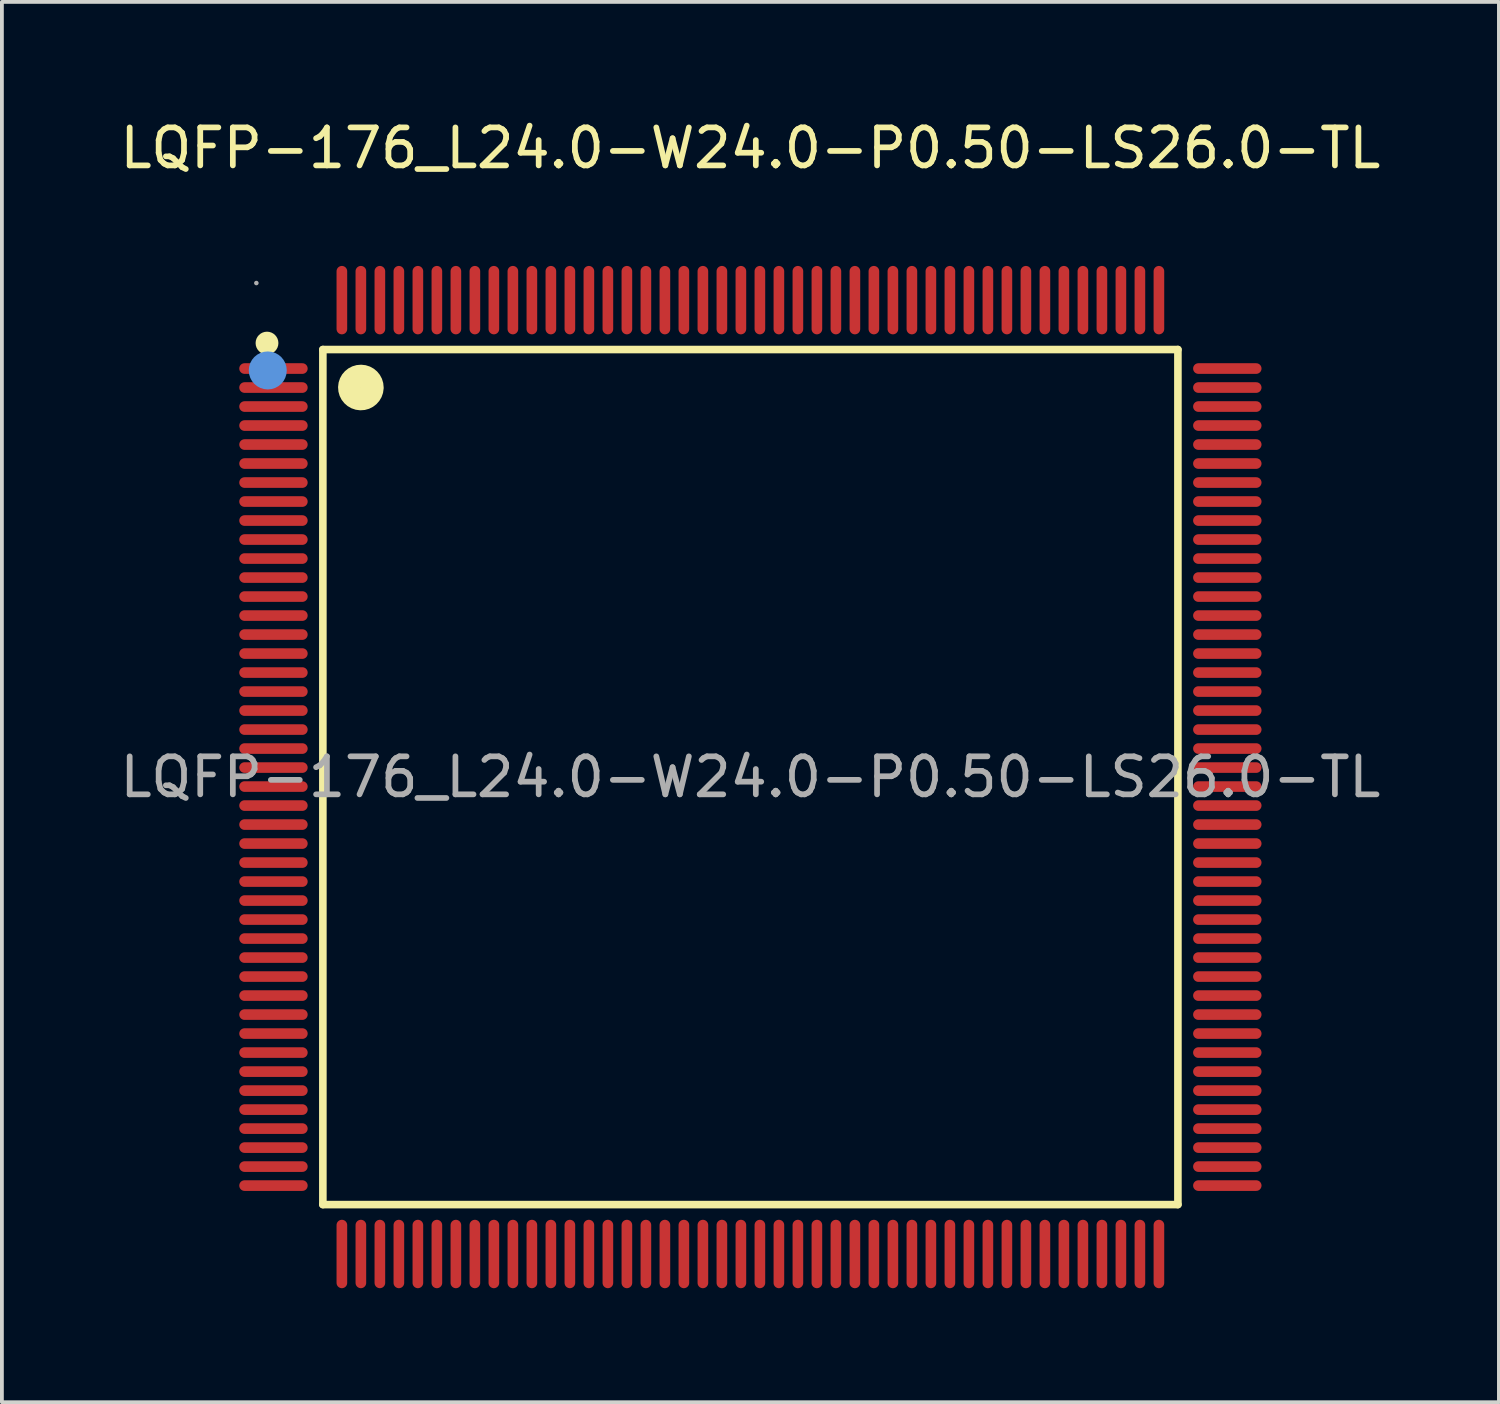
<source format=kicad_pcb>
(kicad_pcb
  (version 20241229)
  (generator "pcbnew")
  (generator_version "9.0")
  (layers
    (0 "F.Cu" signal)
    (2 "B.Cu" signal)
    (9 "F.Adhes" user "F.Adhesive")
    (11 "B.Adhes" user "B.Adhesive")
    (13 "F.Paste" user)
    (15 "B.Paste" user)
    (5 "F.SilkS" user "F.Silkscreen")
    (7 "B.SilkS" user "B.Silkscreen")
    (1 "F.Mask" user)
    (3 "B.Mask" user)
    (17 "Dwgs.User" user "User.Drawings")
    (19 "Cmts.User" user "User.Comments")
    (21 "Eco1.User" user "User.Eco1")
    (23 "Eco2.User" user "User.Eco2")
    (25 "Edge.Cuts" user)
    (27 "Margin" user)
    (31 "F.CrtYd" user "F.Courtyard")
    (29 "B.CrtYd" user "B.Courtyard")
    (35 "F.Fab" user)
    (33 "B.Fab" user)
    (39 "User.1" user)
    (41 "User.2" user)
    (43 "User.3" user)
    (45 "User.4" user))
  (footprint "LQFP-176_L24.0-W24.0-P0.50-LS26.0-TL"
    (layer "F.Cu")
    (at 16.696 17.398)
    (property "Reference" "LQFP-176_L24.0-W24.0-P0.50-LS26.0-TL" (at 0 -16.55 0) (layer "F.SilkS") (effects (font (size 1 1) (thickness 0.15))))
    (attr through_hole)
    (fp_line (start -11.25 -11.25) (end 11.25 -11.25) (stroke (width 0.2) (type solid)) (layer "F.SilkS"))
    (fp_line (start -11.25 11.25) (end -11.25 -11.25) (stroke (width 0.2) (type solid)) (layer "F.SilkS"))
    (fp_line (start 11.25 -11.25) (end 11.25 11.25) (stroke (width 0.2) (type solid)) (layer "F.SilkS"))
    (fp_line (start 11.25 11.25) (end -11.25 11.25) (stroke (width 0.2) (type solid)) (layer "F.SilkS"))
    (fp_arc (start -12.72 -11.42) (mid -12.72 -11.42) (end -12.72 -11.42) (stroke (width 0.3) (type solid)) (layer "F.SilkS"))
    (fp_arc (start -9.95 -10.24) (mid -10.550125 -10.254999) (end -9.949833 -10.250004) (stroke (width 0.6) (type solid)) (layer "F.SilkS"))
    (fp_circle (center -12.7 -10.7) (end -12.45 -10.7) (stroke (width 0.5) (type solid)) (fill no) (layer "Cmts.User"))
    (fp_circle (center -13 -13) (end -12.97 -13) (stroke (width 0.06) (type solid)) (fill no) (layer "F.Fab"))
    (fp_text user "${REFERENCE}" (at 0 0 0) (layer "F.Fab") (effects (font (size 1 1) (thickness 0.15))))
    (pad "1" smd oval (at -12.55 -10.75 90) (size 0.28 1.8) (layers "F.Cu" "F.Mask" "F.Paste"))
    (pad "2" smd oval (at -12.55 -10.25 90) (size 0.28 1.8) (layers "F.Cu" "F.Mask" "F.Paste"))
    (pad "3" smd oval (at -12.55 -9.75 90) (size 0.28 1.8) (layers "F.Cu" "F.Mask" "F.Paste"))
    (pad "4" smd oval (at -12.55 -9.25 90) (size 0.28 1.8) (layers "F.Cu" "F.Mask" "F.Paste"))
    (pad "5" smd oval (at -12.55 -8.75 90) (size 0.28 1.8) (layers "F.Cu" "F.Mask" "F.Paste"))
    (pad "6" smd oval (at -12.55 -8.25 90) (size 0.28 1.8) (layers "F.Cu" "F.Mask" "F.Paste"))
    (pad "7" smd oval (at -12.55 -7.75 90) (size 0.28 1.8) (layers "F.Cu" "F.Mask" "F.Paste"))
    (pad "8" smd oval (at -12.55 -7.25 90) (size 0.28 1.8) (layers "F.Cu" "F.Mask" "F.Paste"))
    (pad "9" smd oval (at -12.55 -6.75 90) (size 0.28 1.8) (layers "F.Cu" "F.Mask" "F.Paste"))
    (pad "10" smd oval (at -12.55 -6.25 90) (size 0.28 1.8) (layers "F.Cu" "F.Mask" "F.Paste"))
    (pad "11" smd oval (at -12.55 -5.75 90) (size 0.28 1.8) (layers "F.Cu" "F.Mask" "F.Paste"))
    (pad "12" smd oval (at -12.55 -5.25 90) (size 0.28 1.8) (layers "F.Cu" "F.Mask" "F.Paste"))
    (pad "13" smd oval (at -12.55 -4.75 90) (size 0.28 1.8) (layers "F.Cu" "F.Mask" "F.Paste"))
    (pad "14" smd oval (at -12.55 -4.25 90) (size 0.28 1.8) (layers "F.Cu" "F.Mask" "F.Paste"))
    (pad "15" smd oval (at -12.55 -3.75 90) (size 0.28 1.8) (layers "F.Cu" "F.Mask" "F.Paste"))
    (pad "16" smd oval (at -12.55 -3.25 90) (size 0.28 1.8) (layers "F.Cu" "F.Mask" "F.Paste"))
    (pad "17" smd oval (at -12.55 -2.75 90) (size 0.28 1.8) (layers "F.Cu" "F.Mask" "F.Paste"))
    (pad "18" smd oval (at -12.55 -2.25 90) (size 0.28 1.8) (layers "F.Cu" "F.Mask" "F.Paste"))
    (pad "19" smd oval (at -12.55 -1.75 90) (size 0.28 1.8) (layers "F.Cu" "F.Mask" "F.Paste"))
    (pad "20" smd oval (at -12.55 -1.25 90) (size 0.28 1.8) (layers "F.Cu" "F.Mask" "F.Paste"))
    (pad "21" smd oval (at -12.55 -0.75 90) (size 0.28 1.8) (layers "F.Cu" "F.Mask" "F.Paste"))
    (pad "22" smd oval (at -12.55 -0.25 90) (size 0.28 1.8) (layers "F.Cu" "F.Mask" "F.Paste"))
    (pad "23" smd oval (at -12.55 0.25 90) (size 0.28 1.8) (layers "F.Cu" "F.Mask" "F.Paste"))
    (pad "24" smd oval (at -12.55 0.75 90) (size 0.28 1.8) (layers "F.Cu" "F.Mask" "F.Paste"))
    (pad "25" smd oval (at -12.55 1.25 90) (size 0.28 1.8) (layers "F.Cu" "F.Mask" "F.Paste"))
    (pad "26" smd oval (at -12.55 1.75 90) (size 0.28 1.8) (layers "F.Cu" "F.Mask" "F.Paste"))
    (pad "27" smd oval (at -12.55 2.25 90) (size 0.28 1.8) (layers "F.Cu" "F.Mask" "F.Paste"))
    (pad "28" smd oval (at -12.55 2.75 90) (size 0.28 1.8) (layers "F.Cu" "F.Mask" "F.Paste"))
    (pad "29" smd oval (at -12.55 3.25 90) (size 0.28 1.8) (layers "F.Cu" "F.Mask" "F.Paste"))
    (pad "30" smd oval (at -12.55 3.75 90) (size 0.28 1.8) (layers "F.Cu" "F.Mask" "F.Paste"))
    (pad "31" smd oval (at -12.55 4.25 90) (size 0.28 1.8) (layers "F.Cu" "F.Mask" "F.Paste"))
    (pad "32" smd oval (at -12.55 4.75 90) (size 0.28 1.8) (layers "F.Cu" "F.Mask" "F.Paste"))
    (pad "33" smd oval (at -12.55 5.25 90) (size 0.28 1.8) (layers "F.Cu" "F.Mask" "F.Paste"))
    (pad "34" smd oval (at -12.55 5.75 90) (size 0.28 1.8) (layers "F.Cu" "F.Mask" "F.Paste"))
    (pad "35" smd oval (at -12.55 6.25 90) (size 0.28 1.8) (layers "F.Cu" "F.Mask" "F.Paste"))
    (pad "36" smd oval (at -12.55 6.75 90) (size 0.28 1.8) (layers "F.Cu" "F.Mask" "F.Paste"))
    (pad "37" smd oval (at -12.55 7.25 90) (size 0.28 1.8) (layers "F.Cu" "F.Mask" "F.Paste"))
    (pad "38" smd oval (at -12.55 7.75 90) (size 0.28 1.8) (layers "F.Cu" "F.Mask" "F.Paste"))
    (pad "39" smd oval (at -12.55 8.25 90) (size 0.28 1.8) (layers "F.Cu" "F.Mask" "F.Paste"))
    (pad "40" smd oval (at -12.55 8.75 90) (size 0.28 1.8) (layers "F.Cu" "F.Mask" "F.Paste"))
    (pad "41" smd oval (at -12.55 9.25 90) (size 0.28 1.8) (layers "F.Cu" "F.Mask" "F.Paste"))
    (pad "42" smd oval (at -12.55 9.75 90) (size 0.28 1.8) (layers "F.Cu" "F.Mask" "F.Paste"))
    (pad "43" smd oval (at -12.55 10.25 90) (size 0.28 1.8) (layers "F.Cu" "F.Mask" "F.Paste"))
    (pad "44" smd oval (at -12.55 10.75 90) (size 0.28 1.8) (layers "F.Cu" "F.Mask" "F.Paste"))
    (pad "45" smd oval (at -10.75 12.55) (size 0.28 1.8) (layers "F.Cu" "F.Mask" "F.Paste"))
    (pad "46" smd oval (at -10.25 12.55) (size 0.28 1.8) (layers "F.Cu" "F.Mask" "F.Paste"))
    (pad "47" smd oval (at -9.75 12.55) (size 0.28 1.8) (layers "F.Cu" "F.Mask" "F.Paste"))
    (pad "48" smd oval (at -9.25 12.55) (size 0.28 1.8) (layers "F.Cu" "F.Mask" "F.Paste"))
    (pad "49" smd oval (at -8.75 12.55) (size 0.28 1.8) (layers "F.Cu" "F.Mask" "F.Paste"))
    (pad "50" smd oval (at -8.25 12.55) (size 0.28 1.8) (layers "F.Cu" "F.Mask" "F.Paste"))
    (pad "51" smd oval (at -7.75 12.55) (size 0.28 1.8) (layers "F.Cu" "F.Mask" "F.Paste"))
    (pad "52" smd oval (at -7.25 12.55) (size 0.28 1.8) (layers "F.Cu" "F.Mask" "F.Paste"))
    (pad "53" smd oval (at -6.75 12.55) (size 0.28 1.8) (layers "F.Cu" "F.Mask" "F.Paste"))
    (pad "54" smd oval (at -6.25 12.55) (size 0.28 1.8) (layers "F.Cu" "F.Mask" "F.Paste"))
    (pad "55" smd oval (at -5.75 12.55) (size 0.28 1.8) (layers "F.Cu" "F.Mask" "F.Paste"))
    (pad "56" smd oval (at -5.25 12.55) (size 0.28 1.8) (layers "F.Cu" "F.Mask" "F.Paste"))
    (pad "57" smd oval (at -4.75 12.55) (size 0.28 1.8) (layers "F.Cu" "F.Mask" "F.Paste"))
    (pad "58" smd oval (at -4.25 12.55) (size 0.28 1.8) (layers "F.Cu" "F.Mask" "F.Paste"))
    (pad "59" smd oval (at -3.75 12.55) (size 0.28 1.8) (layers "F.Cu" "F.Mask" "F.Paste"))
    (pad "60" smd oval (at -3.25 12.55) (size 0.28 1.8) (layers "F.Cu" "F.Mask" "F.Paste"))
    (pad "61" smd oval (at -2.75 12.55) (size 0.28 1.8) (layers "F.Cu" "F.Mask" "F.Paste"))
    (pad "62" smd oval (at -2.25 12.55) (size 0.28 1.8) (layers "F.Cu" "F.Mask" "F.Paste"))
    (pad "63" smd oval (at -1.75 12.55) (size 0.28 1.8) (layers "F.Cu" "F.Mask" "F.Paste"))
    (pad "64" smd oval (at -1.25 12.55) (size 0.28 1.8) (layers "F.Cu" "F.Mask" "F.Paste"))
    (pad "65" smd oval (at -0.75 12.55) (size 0.28 1.8) (layers "F.Cu" "F.Mask" "F.Paste"))
    (pad "66" smd oval (at -0.25 12.55) (size 0.28 1.8) (layers "F.Cu" "F.Mask" "F.Paste"))
    (pad "67" smd oval (at 0.25 12.55) (size 0.28 1.8) (layers "F.Cu" "F.Mask" "F.Paste"))
    (pad "68" smd oval (at 0.75 12.55) (size 0.28 1.8) (layers "F.Cu" "F.Mask" "F.Paste"))
    (pad "69" smd oval (at 1.25 12.55) (size 0.28 1.8) (layers "F.Cu" "F.Mask" "F.Paste"))
    (pad "70" smd oval (at 1.75 12.55) (size 0.28 1.8) (layers "F.Cu" "F.Mask" "F.Paste"))
    (pad "71" smd oval (at 2.25 12.55) (size 0.28 1.8) (layers "F.Cu" "F.Mask" "F.Paste"))
    (pad "72" smd oval (at 2.75 12.55) (size 0.28 1.8) (layers "F.Cu" "F.Mask" "F.Paste"))
    (pad "73" smd oval (at 3.25 12.55) (size 0.28 1.8) (layers "F.Cu" "F.Mask" "F.Paste"))
    (pad "74" smd oval (at 3.75 12.55) (size 0.28 1.8) (layers "F.Cu" "F.Mask" "F.Paste"))
    (pad "75" smd oval (at 4.25 12.55) (size 0.28 1.8) (layers "F.Cu" "F.Mask" "F.Paste"))
    (pad "76" smd oval (at 4.75 12.55) (size 0.28 1.8) (layers "F.Cu" "F.Mask" "F.Paste"))
    (pad "77" smd oval (at 5.25 12.55) (size 0.28 1.8) (layers "F.Cu" "F.Mask" "F.Paste"))
    (pad "78" smd oval (at 5.75 12.55) (size 0.28 1.8) (layers "F.Cu" "F.Mask" "F.Paste"))
    (pad "79" smd oval (at 6.25 12.55) (size 0.28 1.8) (layers "F.Cu" "F.Mask" "F.Paste"))
    (pad "80" smd oval (at 6.75 12.55) (size 0.28 1.8) (layers "F.Cu" "F.Mask" "F.Paste"))
    (pad "81" smd oval (at 7.25 12.55) (size 0.28 1.8) (layers "F.Cu" "F.Mask" "F.Paste"))
    (pad "82" smd oval (at 7.75 12.55) (size 0.28 1.8) (layers "F.Cu" "F.Mask" "F.Paste"))
    (pad "83" smd oval (at 8.25 12.55) (size 0.28 1.8) (layers "F.Cu" "F.Mask" "F.Paste"))
    (pad "84" smd oval (at 8.75 12.55) (size 0.28 1.8) (layers "F.Cu" "F.Mask" "F.Paste"))
    (pad "85" smd oval (at 9.25 12.55) (size 0.28 1.8) (layers "F.Cu" "F.Mask" "F.Paste"))
    (pad "86" smd oval (at 9.75 12.55) (size 0.28 1.8) (layers "F.Cu" "F.Mask" "F.Paste"))
    (pad "87" smd oval (at 10.25 12.55) (size 0.28 1.8) (layers "F.Cu" "F.Mask" "F.Paste"))
    (pad "88" smd oval (at 10.75 12.55) (size 0.28 1.8) (layers "F.Cu" "F.Mask" "F.Paste"))
    (pad "89" smd oval (at 12.55 10.75 90) (size 0.28 1.8) (layers "F.Cu" "F.Mask" "F.Paste"))
    (pad "90" smd oval (at 12.55 10.25 90) (size 0.28 1.8) (layers "F.Cu" "F.Mask" "F.Paste"))
    (pad "91" smd oval (at 12.55 9.75 90) (size 0.28 1.8) (layers "F.Cu" "F.Mask" "F.Paste"))
    (pad "92" smd oval (at 12.55 9.25 90) (size 0.28 1.8) (layers "F.Cu" "F.Mask" "F.Paste"))
    (pad "93" smd oval (at 12.55 8.75 90) (size 0.28 1.8) (layers "F.Cu" "F.Mask" "F.Paste"))
    (pad "94" smd oval (at 12.55 8.25 90) (size 0.28 1.8) (layers "F.Cu" "F.Mask" "F.Paste"))
    (pad "95" smd oval (at 12.55 7.75 90) (size 0.28 1.8) (layers "F.Cu" "F.Mask" "F.Paste"))
    (pad "96" smd oval (at 12.55 7.25 90) (size 0.28 1.8) (layers "F.Cu" "F.Mask" "F.Paste"))
    (pad "97" smd oval (at 12.55 6.75 90) (size 0.28 1.8) (layers "F.Cu" "F.Mask" "F.Paste"))
    (pad "98" smd oval (at 12.55 6.25 90) (size 0.28 1.8) (layers "F.Cu" "F.Mask" "F.Paste"))
    (pad "99" smd oval (at 12.55 5.75 90) (size 0.28 1.8) (layers "F.Cu" "F.Mask" "F.Paste"))
    (pad "100" smd oval (at 12.55 5.25 90) (size 0.28 1.8) (layers "F.Cu" "F.Mask" "F.Paste"))
    (pad "101" smd oval (at 12.55 4.75 90) (size 0.28 1.8) (layers "F.Cu" "F.Mask" "F.Paste"))
    (pad "102" smd oval (at 12.55 4.25 90) (size 0.28 1.8) (layers "F.Cu" "F.Mask" "F.Paste"))
    (pad "103" smd oval (at 12.55 3.75 90) (size 0.28 1.8) (layers "F.Cu" "F.Mask" "F.Paste"))
    (pad "104" smd oval (at 12.55 3.25 90) (size 0.28 1.8) (layers "F.Cu" "F.Mask" "F.Paste"))
    (pad "105" smd oval (at 12.55 2.75 90) (size 0.28 1.8) (layers "F.Cu" "F.Mask" "F.Paste"))
    (pad "106" smd oval (at 12.55 2.25 90) (size 0.28 1.8) (layers "F.Cu" "F.Mask" "F.Paste"))
    (pad "107" smd oval (at 12.55 1.75 90) (size 0.28 1.8) (layers "F.Cu" "F.Mask" "F.Paste"))
    (pad "108" smd oval (at 12.55 1.25 90) (size 0.28 1.8) (layers "F.Cu" "F.Mask" "F.Paste"))
    (pad "109" smd oval (at 12.55 0.75 90) (size 0.28 1.8) (layers "F.Cu" "F.Mask" "F.Paste"))
    (pad "110" smd oval (at 12.55 0.25 90) (size 0.28 1.8) (layers "F.Cu" "F.Mask" "F.Paste"))
    (pad "111" smd oval (at 12.55 -0.25 90) (size 0.28 1.8) (layers "F.Cu" "F.Mask" "F.Paste"))
    (pad "112" smd oval (at 12.55 -0.75 90) (size 0.28 1.8) (layers "F.Cu" "F.Mask" "F.Paste"))
    (pad "113" smd oval (at 12.55 -1.25 90) (size 0.28 1.8) (layers "F.Cu" "F.Mask" "F.Paste"))
    (pad "114" smd oval (at 12.55 -1.75 90) (size 0.28 1.8) (layers "F.Cu" "F.Mask" "F.Paste"))
    (pad "115" smd oval (at 12.55 -2.25 90) (size 0.28 1.8) (layers "F.Cu" "F.Mask" "F.Paste"))
    (pad "116" smd oval (at 12.55 -2.75 90) (size 0.28 1.8) (layers "F.Cu" "F.Mask" "F.Paste"))
    (pad "117" smd oval (at 12.55 -3.25 90) (size 0.28 1.8) (layers "F.Cu" "F.Mask" "F.Paste"))
    (pad "118" smd oval (at 12.55 -3.75 90) (size 0.28 1.8) (layers "F.Cu" "F.Mask" "F.Paste"))
    (pad "119" smd oval (at 12.55 -4.25 90) (size 0.28 1.8) (layers "F.Cu" "F.Mask" "F.Paste"))
    (pad "120" smd oval (at 12.55 -4.75 90) (size 0.28 1.8) (layers "F.Cu" "F.Mask" "F.Paste"))
    (pad "121" smd oval (at 12.55 -5.25 90) (size 0.28 1.8) (layers "F.Cu" "F.Mask" "F.Paste"))
    (pad "122" smd oval (at 12.55 -5.75 90) (size 0.28 1.8) (layers "F.Cu" "F.Mask" "F.Paste"))
    (pad "123" smd oval (at 12.55 -6.25 90) (size 0.28 1.8) (layers "F.Cu" "F.Mask" "F.Paste"))
    (pad "124" smd oval (at 12.55 -6.75 90) (size 0.28 1.8) (layers "F.Cu" "F.Mask" "F.Paste"))
    (pad "125" smd oval (at 12.55 -7.25 90) (size 0.28 1.8) (layers "F.Cu" "F.Mask" "F.Paste"))
    (pad "126" smd oval (at 12.55 -7.75 90) (size 0.28 1.8) (layers "F.Cu" "F.Mask" "F.Paste"))
    (pad "127" smd oval (at 12.55 -8.25 90) (size 0.28 1.8) (layers "F.Cu" "F.Mask" "F.Paste"))
    (pad "128" smd oval (at 12.55 -8.75 90) (size 0.28 1.8) (layers "F.Cu" "F.Mask" "F.Paste"))
    (pad "129" smd oval (at 12.55 -9.25 90) (size 0.28 1.8) (layers "F.Cu" "F.Mask" "F.Paste"))
    (pad "130" smd oval (at 12.55 -9.75 90) (size 0.28 1.8) (layers "F.Cu" "F.Mask" "F.Paste"))
    (pad "131" smd oval (at 12.55 -10.25 90) (size 0.28 1.8) (layers "F.Cu" "F.Mask" "F.Paste"))
    (pad "132" smd oval (at 12.55 -10.75 90) (size 0.28 1.8) (layers "F.Cu" "F.Mask" "F.Paste"))
    (pad "133" smd oval (at 10.75 -12.55) (size 0.28 1.8) (layers "F.Cu" "F.Mask" "F.Paste"))
    (pad "134" smd oval (at 10.25 -12.55) (size 0.28 1.8) (layers "F.Cu" "F.Mask" "F.Paste"))
    (pad "135" smd oval (at 9.75 -12.55) (size 0.28 1.8) (layers "F.Cu" "F.Mask" "F.Paste"))
    (pad "136" smd oval (at 9.25 -12.55) (size 0.28 1.8) (layers "F.Cu" "F.Mask" "F.Paste"))
    (pad "137" smd oval (at 8.75 -12.55) (size 0.28 1.8) (layers "F.Cu" "F.Mask" "F.Paste"))
    (pad "138" smd oval (at 8.25 -12.55) (size 0.28 1.8) (layers "F.Cu" "F.Mask" "F.Paste"))
    (pad "139" smd oval (at 7.75 -12.55) (size 0.28 1.8) (layers "F.Cu" "F.Mask" "F.Paste"))
    (pad "140" smd oval (at 7.25 -12.55) (size 0.28 1.8) (layers "F.Cu" "F.Mask" "F.Paste"))
    (pad "141" smd oval (at 6.75 -12.55) (size 0.28 1.8) (layers "F.Cu" "F.Mask" "F.Paste"))
    (pad "142" smd oval (at 6.25 -12.55) (size 0.28 1.8) (layers "F.Cu" "F.Mask" "F.Paste"))
    (pad "143" smd oval (at 5.75 -12.55) (size 0.28 1.8) (layers "F.Cu" "F.Mask" "F.Paste"))
    (pad "144" smd oval (at 5.25 -12.55) (size 0.28 1.8) (layers "F.Cu" "F.Mask" "F.Paste"))
    (pad "145" smd oval (at 4.75 -12.55) (size 0.28 1.8) (layers "F.Cu" "F.Mask" "F.Paste"))
    (pad "146" smd oval (at 4.25 -12.55) (size 0.28 1.8) (layers "F.Cu" "F.Mask" "F.Paste"))
    (pad "147" smd oval (at 3.75 -12.55) (size 0.28 1.8) (layers "F.Cu" "F.Mask" "F.Paste"))
    (pad "148" smd oval (at 3.25 -12.55) (size 0.28 1.8) (layers "F.Cu" "F.Mask" "F.Paste"))
    (pad "149" smd oval (at 2.75 -12.55) (size 0.28 1.8) (layers "F.Cu" "F.Mask" "F.Paste"))
    (pad "150" smd oval (at 2.25 -12.55) (size 0.28 1.8) (layers "F.Cu" "F.Mask" "F.Paste"))
    (pad "151" smd oval (at 1.75 -12.55) (size 0.28 1.8) (layers "F.Cu" "F.Mask" "F.Paste"))
    (pad "152" smd oval (at 1.25 -12.55) (size 0.28 1.8) (layers "F.Cu" "F.Mask" "F.Paste"))
    (pad "153" smd oval (at 0.75 -12.55) (size 0.28 1.8) (layers "F.Cu" "F.Mask" "F.Paste"))
    (pad "154" smd oval (at 0.25 -12.55) (size 0.28 1.8) (layers "F.Cu" "F.Mask" "F.Paste"))
    (pad "155" smd oval (at -0.25 -12.55) (size 0.28 1.8) (layers "F.Cu" "F.Mask" "F.Paste"))
    (pad "156" smd oval (at -0.75 -12.55) (size 0.28 1.8) (layers "F.Cu" "F.Mask" "F.Paste"))
    (pad "157" smd oval (at -1.25 -12.55) (size 0.28 1.8) (layers "F.Cu" "F.Mask" "F.Paste"))
    (pad "158" smd oval (at -1.75 -12.55) (size 0.28 1.8) (layers "F.Cu" "F.Mask" "F.Paste"))
    (pad "159" smd oval (at -2.25 -12.55) (size 0.28 1.8) (layers "F.Cu" "F.Mask" "F.Paste"))
    (pad "160" smd oval (at -2.75 -12.55) (size 0.28 1.8) (layers "F.Cu" "F.Mask" "F.Paste"))
    (pad "161" smd oval (at -3.25 -12.55) (size 0.28 1.8) (layers "F.Cu" "F.Mask" "F.Paste"))
    (pad "162" smd oval (at -3.75 -12.55) (size 0.28 1.8) (layers "F.Cu" "F.Mask" "F.Paste"))
    (pad "163" smd oval (at -4.25 -12.55) (size 0.28 1.8) (layers "F.Cu" "F.Mask" "F.Paste"))
    (pad "164" smd oval (at -4.75 -12.55) (size 0.28 1.8) (layers "F.Cu" "F.Mask" "F.Paste"))
    (pad "165" smd oval (at -5.25 -12.55) (size 0.28 1.8) (layers "F.Cu" "F.Mask" "F.Paste"))
    (pad "166" smd oval (at -5.75 -12.55) (size 0.28 1.8) (layers "F.Cu" "F.Mask" "F.Paste"))
    (pad "167" smd oval (at -6.25 -12.55) (size 0.28 1.8) (layers "F.Cu" "F.Mask" "F.Paste"))
    (pad "168" smd oval (at -6.75 -12.55) (size 0.28 1.8) (layers "F.Cu" "F.Mask" "F.Paste"))
    (pad "169" smd oval (at -7.25 -12.55) (size 0.28 1.8) (layers "F.Cu" "F.Mask" "F.Paste"))
    (pad "170" smd oval (at -7.75 -12.55) (size 0.28 1.8) (layers "F.Cu" "F.Mask" "F.Paste"))
    (pad "171" smd oval (at -8.25 -12.55) (size 0.28 1.8) (layers "F.Cu" "F.Mask" "F.Paste"))
    (pad "172" smd oval (at -8.75 -12.55) (size 0.28 1.8) (layers "F.Cu" "F.Mask" "F.Paste"))
    (pad "173" smd oval (at -9.25 -12.55) (size 0.28 1.8) (layers "F.Cu" "F.Mask" "F.Paste"))
    (pad "174" smd oval (at -9.75 -12.55) (size 0.28 1.8) (layers "F.Cu" "F.Mask" "F.Paste"))
    (pad "175" smd oval (at -10.25 -12.55) (size 0.28 1.8) (layers "F.Cu" "F.Mask" "F.Paste"))
    (pad "176" smd oval (at -10.75 -12.55) (size 0.28 1.8) (layers "F.Cu" "F.Mask" "F.Paste")))
  (gr_rect
    (start -3 -3)
    (end 36.393 33.848)
    (stroke (width 0.1) (type default))
    (fill no)
    (layer "Edge.Cuts")))
</source>
